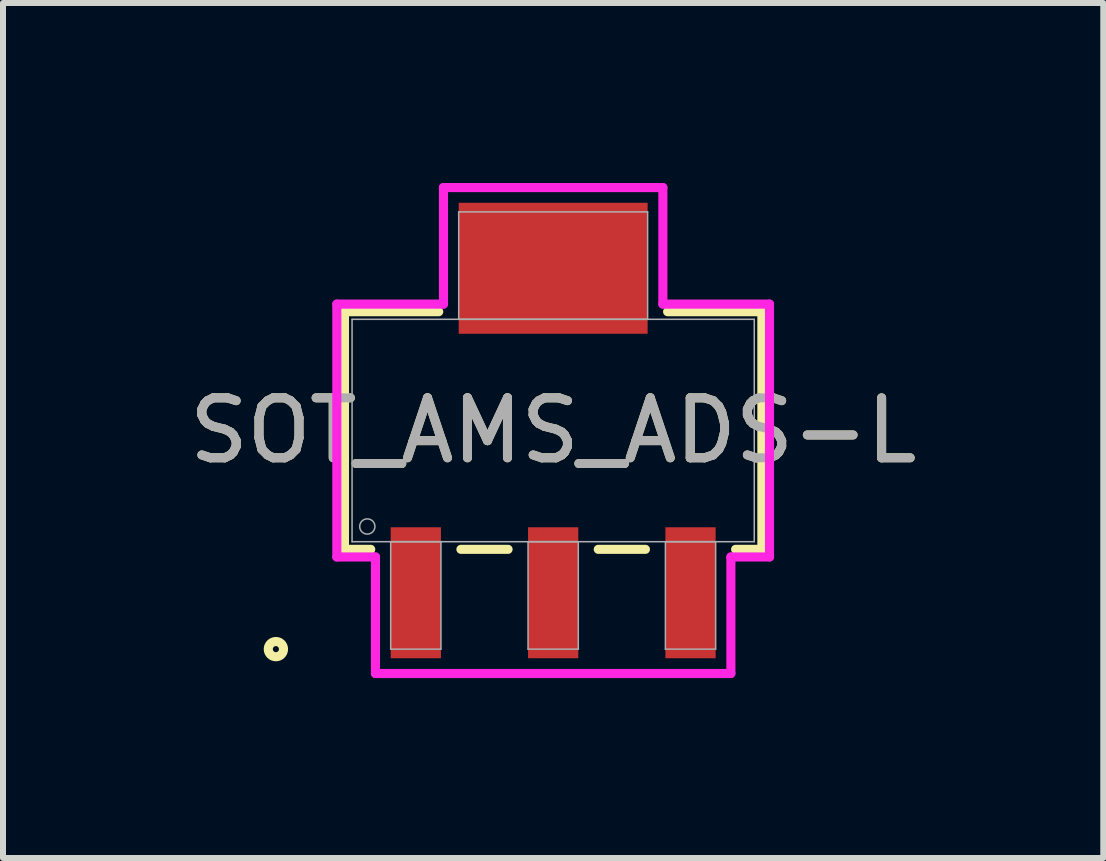
<source format=kicad_pcb>
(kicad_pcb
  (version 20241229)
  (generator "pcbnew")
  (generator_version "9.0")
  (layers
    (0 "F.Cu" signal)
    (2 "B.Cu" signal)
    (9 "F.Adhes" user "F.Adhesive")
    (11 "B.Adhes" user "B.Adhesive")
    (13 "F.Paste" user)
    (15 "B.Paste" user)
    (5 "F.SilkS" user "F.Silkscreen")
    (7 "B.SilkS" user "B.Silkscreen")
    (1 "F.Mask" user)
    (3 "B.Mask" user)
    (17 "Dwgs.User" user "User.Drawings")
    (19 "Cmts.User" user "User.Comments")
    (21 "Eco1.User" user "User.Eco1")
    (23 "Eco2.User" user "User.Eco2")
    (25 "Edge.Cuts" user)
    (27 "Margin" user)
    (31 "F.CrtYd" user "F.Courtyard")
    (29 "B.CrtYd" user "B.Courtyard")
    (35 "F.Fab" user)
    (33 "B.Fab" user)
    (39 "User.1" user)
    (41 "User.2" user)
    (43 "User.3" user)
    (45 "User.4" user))
  (footprint "SOT_AMS_ADS-L"
    (layer "F.Cu")
    (at 6.173 4.128)
    (property "Reference" "SOT_AMS_ADS-L" (at 0 0 0) (unlocked yes) (layer "F.SilkS") (effects (font (size 1 1) (thickness 0.15))))
    (attr smd)
    (fp_line (start -3.48 -1.981) (end -3.48 1.981) (stroke (width 0.152) (type solid)) (layer "F.SilkS"))
    (fp_line (start -3.48 1.981) (end -3.042 1.981) (stroke (width 0.152) (type solid)) (layer "F.SilkS"))
    (fp_line (start -1.908 -1.981) (end -3.48 -1.981) (stroke (width 0.152) (type solid)) (layer "F.SilkS"))
    (fp_line (start -1.538 1.981) (end -0.752 1.981) (stroke (width 0.152) (type solid)) (layer "F.SilkS"))
    (fp_line (start 0.752 1.981) (end 1.538 1.981) (stroke (width 0.152) (type solid)) (layer "F.SilkS"))
    (fp_line (start 3.042 1.981) (end 3.48 1.981) (stroke (width 0.152) (type solid)) (layer "F.SilkS"))
    (fp_line (start 3.48 -1.981) (end 1.908 -1.981) (stroke (width 0.152) (type solid)) (layer "F.SilkS"))
    (fp_line (start 3.48 1.981) (end 3.48 -1.981) (stroke (width 0.152) (type solid)) (layer "F.SilkS"))
    (fp_circle (center -4.623 3.645) (end -4.496 3.645) (stroke (width 0.152) (type solid)) (fill no) (layer "F.SilkS"))
    (fp_line (start -3.607 -2.108) (end -1.829 -2.108) (stroke (width 0.152) (type solid)) (layer "F.CrtYd"))
    (fp_line (start -3.607 2.108) (end -3.607 -2.108) (stroke (width 0.152) (type solid)) (layer "F.CrtYd"))
    (fp_line (start -2.963 2.108) (end -3.607 2.108) (stroke (width 0.152) (type solid)) (layer "F.CrtYd"))
    (fp_line (start -2.963 4.051) (end -2.963 2.108) (stroke (width 0.152) (type solid)) (layer "F.CrtYd"))
    (fp_line (start -1.829 -4.051) (end 1.829 -4.051) (stroke (width 0.152) (type solid)) (layer "F.CrtYd"))
    (fp_line (start -1.829 -2.108) (end -1.829 -4.051) (stroke (width 0.152) (type solid)) (layer "F.CrtYd"))
    (fp_line (start 1.829 -4.051) (end 1.829 -2.108) (stroke (width 0.152) (type solid)) (layer "F.CrtYd"))
    (fp_line (start 1.829 -2.108) (end 3.607 -2.108) (stroke (width 0.152) (type solid)) (layer "F.CrtYd"))
    (fp_line (start 2.963 2.108) (end 2.963 4.051) (stroke (width 0.152) (type solid)) (layer "F.CrtYd"))
    (fp_line (start 2.963 4.051) (end -2.963 4.051) (stroke (width 0.152) (type solid)) (layer "F.CrtYd"))
    (fp_line (start 3.607 -2.108) (end 3.607 2.108) (stroke (width 0.152) (type solid)) (layer "F.CrtYd"))
    (fp_line (start 3.607 2.108) (end 2.963 2.108) (stroke (width 0.152) (type solid)) (layer "F.CrtYd"))
    (fp_line (start -3.353 -1.854) (end -3.353 1.854) (stroke (width 0.025) (type solid)) (layer "F.Fab"))
    (fp_line (start -3.353 1.854) (end 3.353 1.854) (stroke (width 0.025) (type solid)) (layer "F.Fab"))
    (fp_line (start -2.709 1.854) (end -2.709 3.645) (stroke (width 0.025) (type solid)) (layer "F.Fab"))
    (fp_line (start -2.709 3.645) (end -1.871 3.645) (stroke (width 0.025) (type solid)) (layer "F.Fab"))
    (fp_line (start -1.871 1.854) (end -2.709 1.854) (stroke (width 0.025) (type solid)) (layer "F.Fab"))
    (fp_line (start -1.871 3.645) (end -1.871 1.854) (stroke (width 0.025) (type solid)) (layer "F.Fab"))
    (fp_line (start -1.575 -3.645) (end -1.575 -1.854) (stroke (width 0.025) (type solid)) (layer "F.Fab"))
    (fp_line (start -1.575 -1.854) (end 1.575 -1.854) (stroke (width 0.025) (type solid)) (layer "F.Fab"))
    (fp_line (start -0.419 1.854) (end -0.419 3.645) (stroke (width 0.025) (type solid)) (layer "F.Fab"))
    (fp_line (start -0.419 3.645) (end 0.419 3.645) (stroke (width 0.025) (type solid)) (layer "F.Fab"))
    (fp_line (start 0.419 1.854) (end -0.419 1.854) (stroke (width 0.025) (type solid)) (layer "F.Fab"))
    (fp_line (start 0.419 3.645) (end 0.419 1.854) (stroke (width 0.025) (type solid)) (layer "F.Fab"))
    (fp_line (start 1.575 -3.645) (end -1.575 -3.645) (stroke (width 0.025) (type solid)) (layer "F.Fab"))
    (fp_line (start 1.575 -1.854) (end 1.575 -3.645) (stroke (width 0.025) (type solid)) (layer "F.Fab"))
    (fp_line (start 1.871 1.854) (end 1.871 3.645) (stroke (width 0.025) (type solid)) (layer "F.Fab"))
    (fp_line (start 1.871 3.645) (end 2.709 3.645) (stroke (width 0.025) (type solid)) (layer "F.Fab"))
    (fp_line (start 2.709 1.854) (end 1.871 1.854) (stroke (width 0.025) (type solid)) (layer "F.Fab"))
    (fp_line (start 2.709 3.645) (end 2.709 1.854) (stroke (width 0.025) (type solid)) (layer "F.Fab"))
    (fp_line (start 3.353 -1.854) (end -3.353 -1.854) (stroke (width 0.025) (type solid)) (layer "F.Fab"))
    (fp_line (start 3.353 1.854) (end 3.353 -1.854) (stroke (width 0.025) (type solid)) (layer "F.Fab"))
    (fp_circle (center -3.099 1.6) (end -2.972 1.6) (stroke (width 0.025) (type solid)) (fill no) (layer "F.Fab"))
    (fp_text user "${REFERENCE}" (at 0 0 0) (unlocked yes) (layer "F.Fab") (effects (font (size 1 1) (thickness 0.15))))
    (pad "1" smd rect (at -2.29 2.705) (size 0.838 2.184) (layers "F.Cu" "F.Mask" "F.Paste"))
    (pad "2" smd rect (at 0 2.705) (size 0.838 2.184) (layers "F.Cu" "F.Mask" "F.Paste"))
    (pad "3" smd rect (at 2.29 2.705) (size 0.838 2.184) (layers "F.Cu" "F.Mask" "F.Paste"))
    (pad "4" smd rect (at 0 -2.705) (size 3.15 2.184) (layers "F.Cu" "F.Mask" "F.Paste")))
  (gr_rect
    (start -3 -3)
    (end 15.345 11.255)
    (stroke (width 0.1) (type default))
    (fill no)
    (layer "Edge.Cuts")))
</source>
